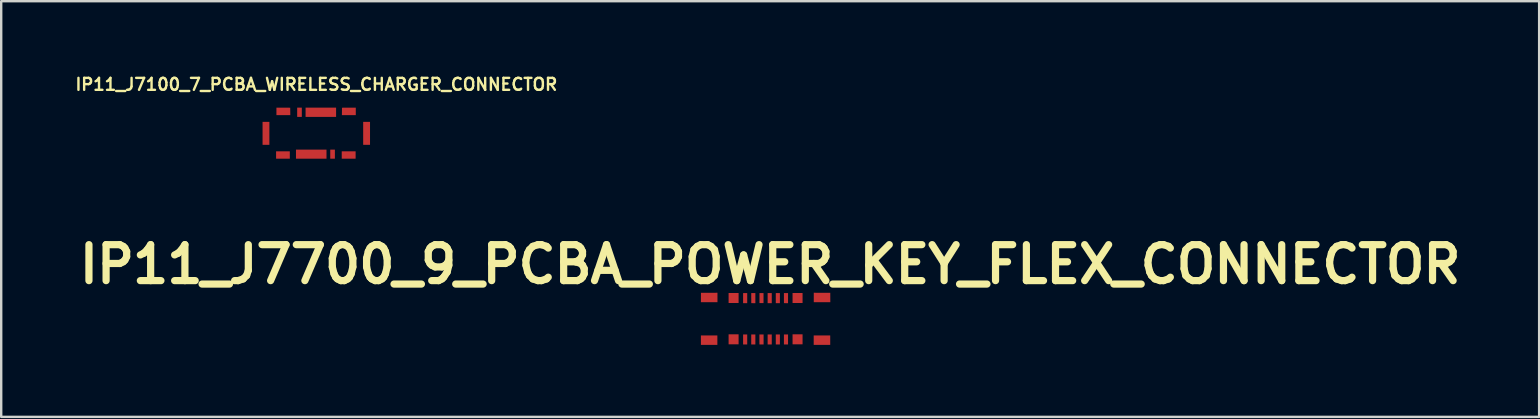
<source format=kicad_pcb>
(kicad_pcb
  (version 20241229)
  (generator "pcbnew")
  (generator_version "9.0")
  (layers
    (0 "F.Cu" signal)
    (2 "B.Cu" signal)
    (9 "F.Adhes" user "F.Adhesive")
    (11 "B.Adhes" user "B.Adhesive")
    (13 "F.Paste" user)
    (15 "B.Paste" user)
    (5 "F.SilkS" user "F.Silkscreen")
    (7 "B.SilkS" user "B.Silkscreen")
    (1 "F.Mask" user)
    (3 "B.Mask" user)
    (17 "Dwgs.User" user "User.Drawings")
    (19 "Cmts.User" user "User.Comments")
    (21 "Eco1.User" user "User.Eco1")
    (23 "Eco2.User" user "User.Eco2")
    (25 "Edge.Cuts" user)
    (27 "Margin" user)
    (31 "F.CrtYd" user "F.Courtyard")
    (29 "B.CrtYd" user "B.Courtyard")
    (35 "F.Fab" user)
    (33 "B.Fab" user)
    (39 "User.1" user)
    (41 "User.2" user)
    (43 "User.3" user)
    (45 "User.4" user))
  (footprint "IP11_J7100_7_PCBA_WIRELESS_CHARGER_CONNECTOR"
    (layer "F.Cu")
    (at 10.136 2.493)
    (property "Reference" "IP11_J7100_7_PCBA_WIRELESS_CHARGER_CONNECTOR" (at 0 -2.025 0) (layer "F.SilkS") (effects (font (size 0.5 0.5) (thickness 0.1) (bold yes))))
    (attr board_only exclude_from_pos_files exclude_from_bom)
    (pad "1" smd custom (at 0.2 -0.875) (size 0.1 0.1) (layers "F.Cu" "F.Mask" "F.Paste") (options (anchor circle)) (primitives (gr_poly (pts (xy 0.622 0.011) (xy 0.622 0.204) (xy -0.014 0.204) (xy -0.65 0.204) (xy -0.65 0.011) (xy -0.65 -0.182) (xy -0.014 -0.182) (xy 0.622 -0.182)) (width 0) (fill yes))))
    (pad "2" smd custom (at -0.7 -0.9) (size 0.1 0.1) (layers "F.Cu" "F.Mask" "F.Paste") (options (anchor circle)) (primitives (gr_poly (pts (xy 0.093 0.036) (xy 0.093 0.229) (xy -0.004 0.229) (xy -0.1 0.229) (xy -0.1 0.036) (xy -0.1 -0.157) (xy -0.004 -0.157) (xy 0.093 -0.157)) (width 0) (fill yes))))
    (pad "3" smd custom (at 0.675 0.825) (size 0.1 0.1) (layers "F.Cu" "F.Mask" "F.Paste") (options (anchor circle)) (primitives (gr_poly (pts (xy 0.097 0.057) (xy 0.097 0.246) (xy 0.00019 0.246) (xy -0.096 0.246) (xy -0.096 0.057) (xy -0.096 -0.132) (xy 0.00019 -0.132) (xy 0.097 -0.132)) (width 0) (fill yes))))
    (pad "4" smd custom (at 0.075 0.9) (size 0.1 0.1) (layers "F.Cu" "F.Mask" "F.Paste") (options (anchor circle)) (primitives (gr_poly (pts (xy 0.347 -0.018) (xy 0.347 0.171) (xy -0.289 0.171) (xy -0.925 0.171) (xy -0.925 -0.018) (xy -0.925 -0.207) (xy -0.289 -0.207) (xy 0.347 -0.207)) (width 0) (fill yes))))
    (pad "5" smd custom (at 1.375 -0.9) (size 0.1 0.1) (layers "F.Cu" "F.Mask" "F.Paste") (options (anchor circle)) (primitives (gr_poly (pts (xy 0.268 -0.000081) (xy 0.268 0.157) (xy -0.021 0.157) (xy -0.311 0.157) (xy -0.309 0.002) (xy -0.307 -0.154) (xy -0.019 -0.155) (xy 0.268 -0.157)) (width 0) (fill yes))))
    (pad "6" smd custom (at 1.3 0.9) (size 0.1 0.1) (layers "F.Cu" "F.Mask" "F.Paste") (options (anchor circle)) (primitives (gr_poly (pts (xy 0.336 0.018) (xy 0.336 0.171) (xy 0.047 0.171) (xy -0.243 0.171) (xy -0.243 0.018) (xy -0.243 -0.136) (xy 0.047 -0.136) (xy 0.336 -0.136)) (width 0) (fill yes))))
    (pad "7" smd custom (at -1.3 -0.9) (size 0.1 0.1) (layers "F.Cu" "F.Mask" "F.Paste") (options (anchor circle)) (primitives (gr_poly (pts (xy -0.077 -0.155) (xy 0.21 -0.154) (xy 0.212 0.002) (xy 0.214 0.157) (xy -0.075 0.157) (xy -0.365 0.157) (xy -0.365 -0.000081) (xy -0.365 -0.157)) (width 0) (fill yes))))
    (pad "8" smd custom (at -1.325 0.875) (size 0.1 0.1) (layers "F.Cu" "F.Mask" "F.Paste") (options (anchor circle)) (primitives (gr_poly (pts (xy 0.218 0.043) (xy 0.218 0.196) (xy -0.068 0.196) (xy -0.354 0.196) (xy -0.354 0.043) (xy -0.354 -0.111) (xy -0.068 -0.111) (xy 0.218 -0.111)) (width 0) (fill yes))))
    (pad "9" smd custom (at 2.1 0.025) (size 0.1 0.1) (layers "F.Cu" "F.Mask" "F.Paste") (options (anchor circle)) (primitives (gr_poly (pts (xy 0.136 -0.011) (xy 0.136 0.468) (xy -0.007 0.468) (xy -0.149 0.468) (xy -0.149 -0.011) (xy -0.149 -0.489) (xy -0.007 -0.489) (xy 0.136 -0.489)) (width 0) (fill yes))))
    (pad "10" smd custom (at -2.075 0) (size 0.1 0.1) (layers "F.Cu" "F.Mask" "F.Paste") (options (anchor circle)) (primitives (gr_poly (pts (xy 0.117 0.014) (xy 0.117 0.493) (xy -0.026 0.493) (xy -0.168 0.493) (xy -0.168 0.014) (xy -0.168 -0.464) (xy -0.026 -0.464) (xy 0.117 -0.464)) (width 0) (fill yes)))))
  (footprint "IP11_J7700_9_PCBA_POWER_KEY_FLEX_CONNECTOR"
    (layer "F.Cu")
    (at 28.86 10.238)
    (property "Reference" "IP11_J7700_9_PCBA_POWER_KEY_FLEX_CONNECTOR" (at 0.19 -2.27 0) (layer "F.SilkS") (effects (font (size 1.5 1.5) (thickness 0.3))))
    (attr board_only exclude_from_pos_files exclude_from_bom)
    (pad "1" smd custom (at -0.86 0.87) (size 0.1 0.1) (layers "F.Cu" "F.Mask" "F.Paste") (options (anchor circle)) (primitives (gr_poly (pts (xy 0.093 -0.009) (xy 0.093 0.199) (xy 0.008 0.199) (xy -0.078 0.199) (xy -0.078 -0.009) (xy -0.078 -0.218) (xy 0.008 -0.218) (xy 0.093 -0.218)) (width 0) (fill yes))))
    (pad "2" smd custom (at -0.85 -0.84) (size 0.1 0.1) (layers "F.Cu" "F.Mask" "F.Paste") (options (anchor circle)) (primitives (gr_poly (pts (xy 0.083 -0.022) (xy 0.083 0.188) (xy -0.002 0.188) (xy -0.088 0.188) (xy -0.088 -0.022) (xy -0.088 -0.233) (xy -0.002 -0.233) (xy 0.083 -0.233)) (width 0) (fill yes))))
    (pad "3" smd custom (at -0.52 0.83) (size 0.1 0.1) (layers "F.Cu" "F.Mask" "F.Paste") (options (anchor circle)) (primitives (gr_poly (pts (xy 0.093 0.031) (xy 0.093 0.239) (xy 0.007 0.239) (xy -0.079 0.239) (xy -0.079 0.031) (xy -0.079 -0.178) (xy 0.007 -0.178) (xy 0.093 -0.178)) (width 0) (fill yes))))
    (pad "4" smd custom (at -0.51 -0.88) (size 0.1 0.1) (layers "F.Cu" "F.Mask" "F.Paste") (options (anchor circle)) (primitives (gr_poly (pts (xy 0.083 0.018) (xy 0.083 0.228) (xy -0.001 0.228) (xy -0.024 0.228) (xy -0.044 0.227) (xy -0.062 0.227) (xy -0.075 0.226) (xy -0.084 0.226) (xy -0.086 0.225) (xy -0.087 0.222) (xy -0.087 0.212) (xy -0.087 0.197) (xy -0.088 0.176) (xy -0.088 0.151) (xy -0.088 0.123) (xy -0.088 0.091) (xy -0.088 0.057) (xy -0.089 0.02) (xy -0.089 0.015) (xy -0.089 -0.193) (xy -0.003 -0.193) (xy 0.083 -0.193)) (width 0) (fill yes))))
    (pad "5" smd custom (at -0.18 0.82) (size 0.1 0.1) (layers "F.Cu" "F.Mask" "F.Paste") (options (anchor circle)) (primitives (gr_poly (pts (xy 0.096 0.041) (xy 0.096 0.249) (xy 0.011 0.249) (xy -0.013 0.249) (xy -0.034 0.249) (xy -0.051 0.249) (xy -0.065 0.248) (xy -0.074 0.248) (xy -0.077 0.247) (xy -0.077 0.243) (xy -0.077 0.234) (xy -0.078 0.218) (xy -0.078 0.198) (xy -0.078 0.173) (xy -0.079 0.145) (xy -0.079 0.113) (xy -0.079 0.078) (xy -0.079 0.042) (xy -0.079 0.039) (xy -0.079 -0.168) (xy 0.009 -0.168) (xy 0.096 -0.168)) (width 0) (fill yes))))
    (pad "6" smd custom (at -0.16 -0.85) (size 0.1 0.1) (layers "F.Cu" "F.Mask" "F.Paste") (options (anchor circle)) (primitives (gr_poly (pts (xy 0.073 -0.014) (xy 0.073 0.194) (xy -0.011 0.194) (xy -0.096 0.194) (xy -0.096 -0.014) (xy -0.096 -0.223) (xy -0.011 -0.223) (xy 0.073 -0.223)) (width 0) (fill yes))))
    (pad "7" smd custom (at 0.16 0.8) (size 0.1 0.1) (layers "F.Cu" "F.Mask" "F.Paste") (options (anchor circle)) (primitives (gr_poly (pts (xy 0.096 0.061) (xy 0.096 0.269) (xy 0.01 0.269) (xy -0.076 0.269) (xy -0.076 0.061) (xy -0.076 -0.148) (xy 0.01 -0.148) (xy 0.096 -0.148)) (width 0) (fill yes))))
    (pad "8" smd custom (at 0.16 -0.83) (size 0.1 0.1) (layers "F.Cu" "F.Mask" "F.Paste") (options (anchor circle)) (primitives (gr_poly (pts (xy 0.096 -0.032) (xy 0.096 0.178) (xy 0.01 0.178) (xy -0.076 0.178) (xy -0.076 -0.032) (xy -0.076 -0.243) (xy 0.01 -0.243) (xy 0.096 -0.243)) (width 0) (fill yes))))
    (pad "9" smd custom (at 0.49 0.81) (size 0.1 0.1) (layers "F.Cu" "F.Mask" "F.Paste") (options (anchor circle)) (primitives (gr_poly (pts (xy 0.105 0.051) (xy 0.105 0.259) (xy 0.019 0.259) (xy -0.066 0.259) (xy -0.066 0.051) (xy -0.066 -0.158) (xy 0.019 -0.158) (xy 0.105 -0.158)) (width 0) (fill yes))))
    (pad "10" smd custom (at 0.5 -0.82) (size 0.1 0.1) (layers "F.Cu" "F.Mask" "F.Paste") (options (anchor circle)) (primitives (gr_poly (pts (xy 0.095 -0.042) (xy 0.095 0.168) (xy 0.009 0.168) (xy -0.076 0.168) (xy -0.076 -0.042) (xy -0.076 -0.253) (xy 0.009 -0.253) (xy 0.095 -0.253)) (width 0) (fill yes))))
    (pad "11" smd custom (at 0.83 0.87) (size 0.1 0.1) (layers "F.Cu" "F.Mask" "F.Paste") (options (anchor circle)) (primitives (gr_poly (pts (xy 0.105 -0.009) (xy 0.105 0.199) (xy 0.019 0.199) (xy -0.067 0.199) (xy -0.067 -0.009) (xy -0.067 -0.218) (xy 0.019 -0.218) (xy 0.105 -0.218)) (width 0) (fill yes))))
    (pad "12" smd custom (at 0.87 -0.86) (size 0.1 0.1) (layers "F.Cu" "F.Mask" "F.Paste") (options (anchor circle)) (primitives (gr_poly (pts (xy 0.065 -0.002) (xy 0.065 0.208) (xy -0.019 0.208) (xy -0.042 0.208) (xy -0.063 0.207) (xy -0.08 0.207) (xy -0.094 0.206) (xy -0.102 0.206) (xy -0.104 0.205) (xy -0.105 0.202) (xy -0.105 0.192) (xy -0.106 0.177) (xy -0.106 0.156) (xy -0.106 0.131) (xy -0.106 0.103) (xy -0.107 0.071) (xy -0.107 0.037) (xy -0.107 -0.000005) (xy -0.107 -0.005) (xy -0.107 -0.213) (xy -0.021 -0.213) (xy 0.065 -0.213)) (width 0) (fill yes))))
    (pad "13" smd custom (at -1.36 0.85) (size 0.1 0.1) (layers "F.Cu" "F.Mask" "F.Paste") (options (anchor circle)) (primitives (gr_poly (pts (xy 0.234 0.004) (xy 0.234 0.213) (xy 0.025 0.213) (xy -0.183 0.213) (xy -0.183 0.004) (xy -0.183 -0.204) (xy 0.025 -0.204) (xy 0.234 -0.204)) (width 0) (fill yes))))
    (pad "14" smd custom (at -1.35 -0.89) (size 0.1 0.1) (layers "F.Cu" "F.Mask" "F.Paste") (options (anchor circle)) (primitives (gr_poly (pts (xy 0.224 0.022) (xy 0.224 0.231) (xy 0.015 0.231) (xy -0.193 0.231) (xy -0.193 0.022) (xy -0.193 -0.186) (xy 0.015 -0.186) (xy 0.224 -0.186)) (width 0) (fill yes))))
    (pad "15" smd custom (at 1.34 0.85) (size 0.1 0.1) (layers "F.Cu" "F.Mask" "F.Paste") (options (anchor circle)) (primitives (gr_poly (pts (xy 0.2 0.004) (xy 0.2 0.213) (xy -0.008 0.213) (xy -0.217 0.213) (xy -0.217 0.004) (xy -0.217 -0.204) (xy -0.008 -0.204) (xy 0.2 -0.204)) (width 0) (fill yes))))
    (pad "16" smd custom (at 1.33 -0.89) (size 0.1 0.1) (layers "F.Cu" "F.Mask" "F.Paste") (options (anchor circle)) (primitives (gr_poly (pts (xy 0.21 0.022) (xy 0.21 0.231) (xy 0.002 0.231) (xy -0.207 0.231) (xy -0.207 0.022) (xy -0.207 -0.186) (xy 0.002 -0.186) (xy 0.21 -0.186)) (width 0) (fill yes))))
    (pad "17" smd custom (at -2.36 0.89) (size 0.1 0.1) (layers "F.Cu" "F.Mask" "F.Paste") (options (anchor circle)) (primitives (gr_poly (pts (xy 0.349 -0.001) (xy 0.349 0.196) (xy 0.006 0.196) (xy -0.337 0.196) (xy -0.337 -0.001) (xy -0.337 -0.197) (xy 0.006 -0.197) (xy 0.349 -0.197)) (width 0) (fill yes))))
    (pad "18" smd custom (at -2.35 -0.88) (size 0.1 0.1) (layers "F.Cu" "F.Mask" "F.Paste") (options (anchor circle)) (primitives (gr_poly (pts (xy 0.343 -0.009) (xy 0.343 0.187) (xy -0.002 0.187) (xy -0.347 0.187) (xy -0.346 -0.009) (xy -0.345 -0.204) (xy -0.001 -0.205) (xy 0.343 -0.206)) (width 0) (fill yes))))
    (pad "19" smd custom (at 2.32 0.93) (size 0.1 0.1) (layers "F.Cu" "F.Mask" "F.Paste") (options (anchor circle)) (primitives (gr_poly (pts (xy 0.373 -0.041) (xy 0.373 0.156) (xy 0.029 0.156) (xy -0.316 0.156) (xy -0.316 -0.041) (xy -0.316 -0.237) (xy 0.029 -0.237) (xy 0.373 -0.237)) (width 0) (fill yes))))
    (pad "20" smd custom (at 2.35 -0.84) (size 0.1 0.1) (layers "F.Cu" "F.Mask" "F.Paste") (options (anchor circle)) (primitives (gr_poly (pts (xy 0.001 -0.245) (xy 0.345 -0.244) (xy 0.346 -0.049) (xy 0.347 0.147) (xy 0.002 0.147) (xy -0.343 0.147) (xy -0.343 -0.049) (xy -0.343 -0.246)) (width 0) (fill yes)))))
  (gr_rect
    (start -3 -3)
    (end 61.1 14.325)
    (stroke (width 0.1) (type default))
    (fill no)
    (layer "Edge.Cuts")))
</source>
